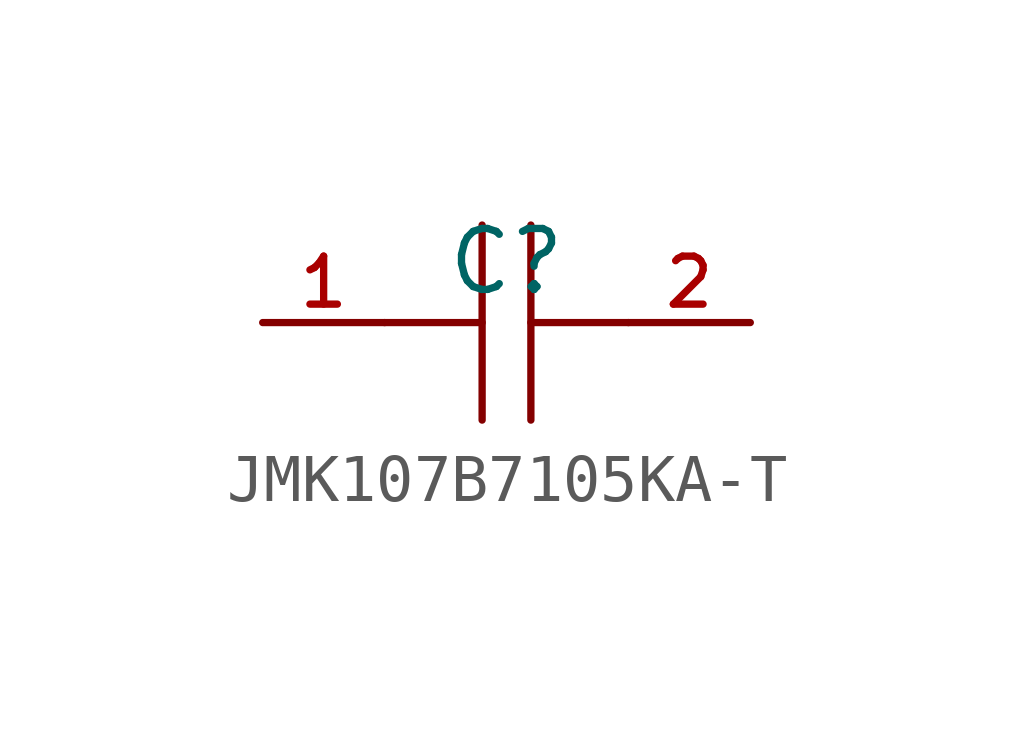
<source format=kicad_sym>
(kicad_symbol_lib
  (version 20210201)
  (generator TousstNicolas/JLC2KiCad_lib)
  (symbol "JMK107B7105KA-T"
    (pin_names hide)
    (property "Reference" "C"
      (at 0 1.27 0)
      (effects (font (size 1.27 1.27))))
    (symbol "JMK107B7105KA-T_0_1"
      (polyline (pts (xy -0.508 -2.032) (xy -0.508 2.032)) (stroke (width 0) (type default) (color 0 0 0 0)) (fill (type none)))
      (pin unspecified line (at -5.08 -0.0 0) (length 2.54) (name "1" (effects (font (size 1 1)))) (number "1" (effects (font (size 1 1)))))
      (polyline (pts (xy 2.54 -0.0) (xy 0.508 -0.0)) (stroke (width 0) (type default) (color 0 0 0 0)) (fill (type none)))
      (polyline (pts (xy 0.508 2.032) (xy 0.508 -2.032)) (stroke (width 0) (type default) (color 0 0 0 0)) (fill (type none)))
      (pin unspecified line (at 5.08 -0.0 180) (length 2.54) (name "2" (effects (font (size 1 1)))) (number "2" (effects (font (size 1 1)))))
      (polyline (pts (xy -0.508 -0.0) (xy -2.54 -0.0)) (stroke (width 0) (type default) (color 0 0 0 0)) (fill (type none))))))
</source>
